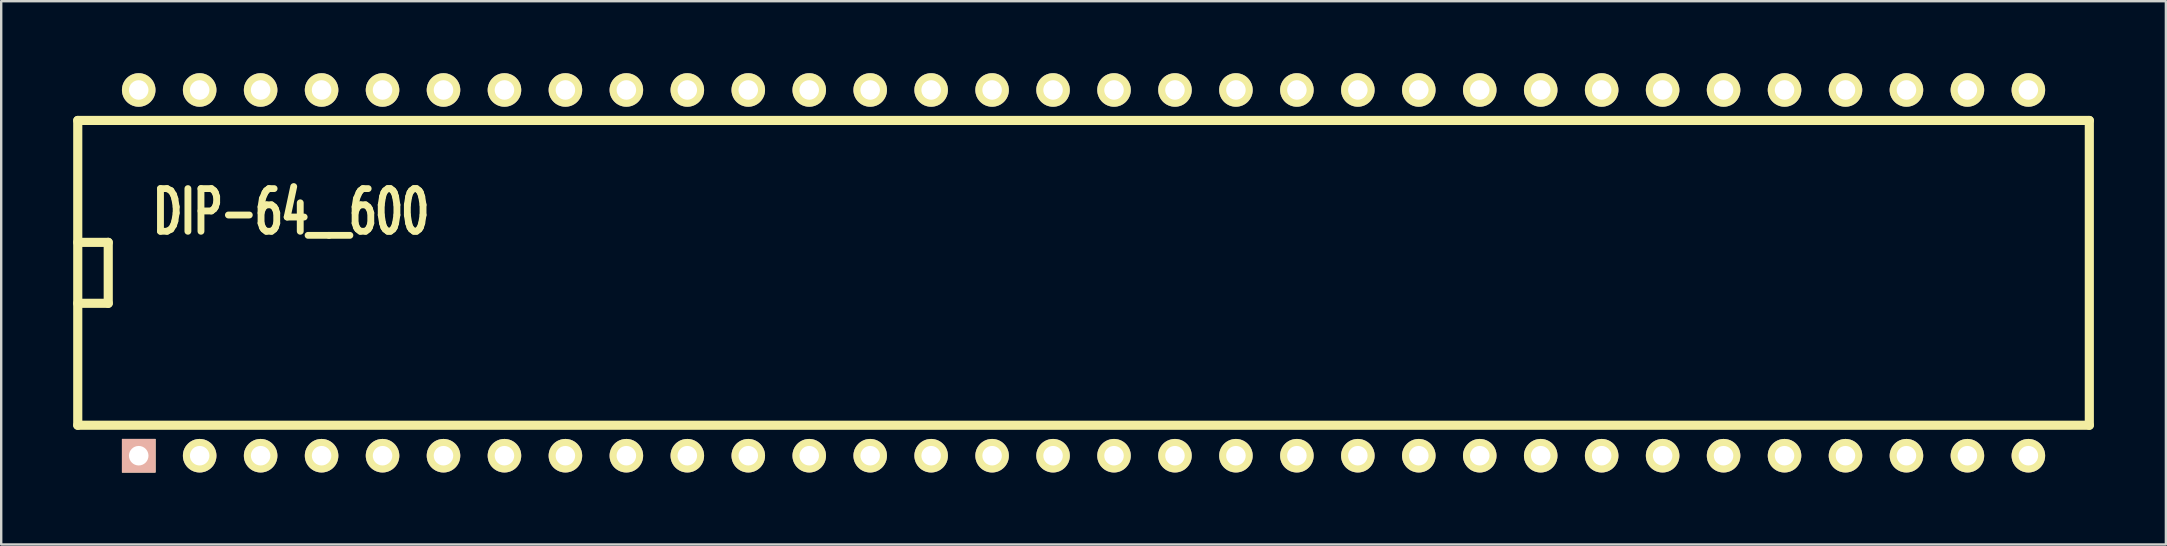
<source format=kicad_pcb>
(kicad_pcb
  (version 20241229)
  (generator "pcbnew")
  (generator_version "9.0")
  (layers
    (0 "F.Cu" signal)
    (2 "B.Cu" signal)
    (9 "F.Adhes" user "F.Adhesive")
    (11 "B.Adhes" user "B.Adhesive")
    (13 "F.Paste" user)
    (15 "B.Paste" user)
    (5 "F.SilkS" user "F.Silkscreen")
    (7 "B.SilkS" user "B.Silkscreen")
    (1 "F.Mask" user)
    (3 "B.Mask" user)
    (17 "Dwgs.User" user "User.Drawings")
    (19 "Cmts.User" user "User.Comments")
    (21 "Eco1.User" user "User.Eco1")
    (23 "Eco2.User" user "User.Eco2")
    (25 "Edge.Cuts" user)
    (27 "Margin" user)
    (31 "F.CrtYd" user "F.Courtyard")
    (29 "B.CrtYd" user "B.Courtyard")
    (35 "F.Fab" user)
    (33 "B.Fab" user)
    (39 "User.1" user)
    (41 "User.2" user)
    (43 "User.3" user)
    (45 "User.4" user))
  (footprint "DIP-64__600"
    (layer "F.Cu")
    (at 42.1 8.319)
    (property "Reference" "DIP-64__600" (at -33.02 -2.54 0) (layer "F.SilkS") (effects (font (size 1.778 1.143) (thickness 0.305))))
    (attr through_hole)
    (fp_line (start -41.91 -6.35) (end 41.91 -6.35) (stroke (width 0.381) (type solid)) (layer "F.SilkS"))
    (fp_line (start -41.91 -1.27) (end -40.64 -1.27) (stroke (width 0.381) (type solid)) (layer "F.SilkS"))
    (fp_line (start -41.91 6.35) (end -41.91 -6.35) (stroke (width 0.381) (type solid)) (layer "F.SilkS"))
    (fp_line (start -40.64 -1.27) (end -40.64 1.27) (stroke (width 0.381) (type solid)) (layer "F.SilkS"))
    (fp_line (start -40.64 1.27) (end -41.91 1.27) (stroke (width 0.381) (type solid)) (layer "F.SilkS"))
    (fp_line (start 41.91 -6.35) (end 41.91 6.35) (stroke (width 0.381) (type solid)) (layer "F.SilkS"))
    (fp_line (start 41.91 6.35) (end -41.91 6.35) (stroke (width 0.381) (type solid)) (layer "F.SilkS"))
    (pad "1" thru_hole rect (at -39.37 7.62) (size 1.397 1.397) (drill 0.813) (layers "*.Cu" "*.SilkS" "*.Mask"))
    (pad "2" thru_hole circle (at -36.83 7.62) (size 1.397 1.397) (drill 0.813) (layers "*.Cu" "*.Mask" "F.SilkS"))
    (pad "3" thru_hole circle (at -34.29 7.62) (size 1.397 1.397) (drill 0.813) (layers "*.Cu" "*.Mask" "F.SilkS"))
    (pad "4" thru_hole circle (at -31.75 7.62) (size 1.397 1.397) (drill 0.813) (layers "*.Cu" "*.Mask" "F.SilkS"))
    (pad "5" thru_hole circle (at -29.21 7.62) (size 1.397 1.397) (drill 0.813) (layers "*.Cu" "*.Mask" "F.SilkS"))
    (pad "6" thru_hole circle (at -26.67 7.62) (size 1.397 1.397) (drill 0.813) (layers "*.Cu" "*.Mask" "F.SilkS"))
    (pad "7" thru_hole circle (at -24.13 7.62) (size 1.397 1.397) (drill 0.813) (layers "*.Cu" "*.Mask" "F.SilkS"))
    (pad "8" thru_hole circle (at -21.59 7.62) (size 1.397 1.397) (drill 0.813) (layers "*.Cu" "*.Mask" "F.SilkS"))
    (pad "9" thru_hole circle (at -19.05 7.62) (size 1.397 1.397) (drill 0.813) (layers "*.Cu" "*.Mask" "F.SilkS"))
    (pad "10" thru_hole circle (at -16.51 7.62) (size 1.397 1.397) (drill 0.813) (layers "*.Cu" "*.Mask" "F.SilkS"))
    (pad "11" thru_hole circle (at -13.97 7.62) (size 1.397 1.397) (drill 0.813) (layers "*.Cu" "*.Mask" "F.SilkS"))
    (pad "12" thru_hole circle (at -11.43 7.62) (size 1.397 1.397) (drill 0.813) (layers "*.Cu" "*.Mask" "F.SilkS"))
    (pad "13" thru_hole circle (at -8.89 7.62) (size 1.397 1.397) (drill 0.813) (layers "*.Cu" "*.Mask" "F.SilkS"))
    (pad "14" thru_hole circle (at -6.35 7.62) (size 1.397 1.397) (drill 0.813) (layers "*.Cu" "*.Mask" "F.SilkS"))
    (pad "15" thru_hole circle (at -3.81 7.62) (size 1.397 1.397) (drill 0.813) (layers "*.Cu" "*.Mask" "F.SilkS"))
    (pad "16" thru_hole circle (at -1.27 7.62) (size 1.397 1.397) (drill 0.813) (layers "*.Cu" "*.Mask" "F.SilkS"))
    (pad "17" thru_hole circle (at 1.27 7.62) (size 1.397 1.397) (drill 0.813) (layers "*.Cu" "*.Mask" "F.SilkS"))
    (pad "18" thru_hole circle (at 3.81 7.62) (size 1.397 1.397) (drill 0.813) (layers "*.Cu" "*.Mask" "F.SilkS"))
    (pad "19" thru_hole circle (at 6.35 7.62) (size 1.397 1.397) (drill 0.813) (layers "*.Cu" "*.Mask" "F.SilkS"))
    (pad "20" thru_hole circle (at 8.89 7.62) (size 1.397 1.397) (drill 0.813) (layers "*.Cu" "*.Mask" "F.SilkS"))
    (pad "21" thru_hole circle (at 11.43 7.62) (size 1.397 1.397) (drill 0.813) (layers "*.Cu" "*.Mask" "F.SilkS"))
    (pad "22" thru_hole circle (at 13.97 7.62) (size 1.397 1.397) (drill 0.813) (layers "*.Cu" "*.Mask" "F.SilkS"))
    (pad "23" thru_hole circle (at 16.51 7.62) (size 1.397 1.397) (drill 0.813) (layers "*.Cu" "*.Mask" "F.SilkS"))
    (pad "24" thru_hole circle (at 19.05 7.62) (size 1.397 1.397) (drill 0.813) (layers "*.Cu" "*.Mask" "F.SilkS"))
    (pad "25" thru_hole circle (at 21.59 7.62) (size 1.397 1.397) (drill 0.813) (layers "*.Cu" "*.Mask" "F.SilkS"))
    (pad "26" thru_hole circle (at 24.13 7.62) (size 1.397 1.397) (drill 0.813) (layers "*.Cu" "*.Mask" "F.SilkS"))
    (pad "27" thru_hole circle (at 26.67 7.62) (size 1.397 1.397) (drill 0.813) (layers "*.Cu" "*.Mask" "F.SilkS"))
    (pad "28" thru_hole circle (at 29.21 7.62) (size 1.397 1.397) (drill 0.813) (layers "*.Cu" "*.Mask" "F.SilkS"))
    (pad "29" thru_hole circle (at 31.75 7.62) (size 1.397 1.397) (drill 0.813) (layers "*.Cu" "*.Mask" "F.SilkS"))
    (pad "30" thru_hole circle (at 34.29 7.62) (size 1.397 1.397) (drill 0.813) (layers "*.Cu" "*.Mask" "F.SilkS"))
    (pad "31" thru_hole circle (at 36.83 7.62) (size 1.397 1.397) (drill 0.813) (layers "*.Cu" "*.Mask" "F.SilkS"))
    (pad "32" thru_hole circle (at 39.37 7.62) (size 1.397 1.397) (drill 0.813) (layers "*.Cu" "*.Mask" "F.SilkS"))
    (pad "33" thru_hole circle (at 39.37 -7.62) (size 1.397 1.397) (drill 0.813) (layers "*.Cu" "*.Mask" "F.SilkS"))
    (pad "34" thru_hole circle (at 36.83 -7.62) (size 1.397 1.397) (drill 0.813) (layers "*.Cu" "*.Mask" "F.SilkS"))
    (pad "35" thru_hole circle (at 34.29 -7.62) (size 1.397 1.397) (drill 0.813) (layers "*.Cu" "*.Mask" "F.SilkS"))
    (pad "36" thru_hole circle (at 31.75 -7.62) (size 1.397 1.397) (drill 0.813) (layers "*.Cu" "*.Mask" "F.SilkS"))
    (pad "37" thru_hole circle (at 29.21 -7.62) (size 1.397 1.397) (drill 0.813) (layers "*.Cu" "*.Mask" "F.SilkS"))
    (pad "38" thru_hole circle (at 26.67 -7.62) (size 1.397 1.397) (drill 0.813) (layers "*.Cu" "*.Mask" "F.SilkS"))
    (pad "39" thru_hole circle (at 24.13 -7.62) (size 1.397 1.397) (drill 0.813) (layers "*.Cu" "*.Mask" "F.SilkS"))
    (pad "40" thru_hole circle (at 21.59 -7.62) (size 1.397 1.397) (drill 0.813) (layers "*.Cu" "*.Mask" "F.SilkS"))
    (pad "41" thru_hole circle (at 19.05 -7.62) (size 1.397 1.397) (drill 0.813) (layers "*.Cu" "*.Mask" "F.SilkS"))
    (pad "42" thru_hole circle (at 16.51 -7.62) (size 1.397 1.397) (drill 0.813) (layers "*.Cu" "*.Mask" "F.SilkS"))
    (pad "43" thru_hole circle (at 13.97 -7.62) (size 1.397 1.397) (drill 0.813) (layers "*.Cu" "*.Mask" "F.SilkS"))
    (pad "44" thru_hole circle (at 11.43 -7.62) (size 1.397 1.397) (drill 0.813) (layers "*.Cu" "*.Mask" "F.SilkS"))
    (pad "45" thru_hole circle (at 8.89 -7.62) (size 1.397 1.397) (drill 0.813) (layers "*.Cu" "*.Mask" "F.SilkS"))
    (pad "46" thru_hole circle (at 6.35 -7.62) (size 1.397 1.397) (drill 0.813) (layers "*.Cu" "*.Mask" "F.SilkS"))
    (pad "47" thru_hole circle (at 3.81 -7.62) (size 1.397 1.397) (drill 0.813) (layers "*.Cu" "*.Mask" "F.SilkS"))
    (pad "48" thru_hole circle (at 1.27 -7.62) (size 1.397 1.397) (drill 0.813) (layers "*.Cu" "*.Mask" "F.SilkS"))
    (pad "49" thru_hole circle (at -1.27 -7.62) (size 1.397 1.397) (drill 0.813) (layers "*.Cu" "*.Mask" "F.SilkS"))
    (pad "50" thru_hole circle (at -3.81 -7.62) (size 1.397 1.397) (drill 0.813) (layers "*.Cu" "*.Mask" "F.SilkS"))
    (pad "51" thru_hole circle (at -6.35 -7.62) (size 1.397 1.397) (drill 0.813) (layers "*.Cu" "*.Mask" "F.SilkS"))
    (pad "52" thru_hole circle (at -8.89 -7.62) (size 1.397 1.397) (drill 0.813) (layers "*.Cu" "*.Mask" "F.SilkS"))
    (pad "53" thru_hole circle (at -11.43 -7.62) (size 1.397 1.397) (drill 0.813) (layers "*.Cu" "*.Mask" "F.SilkS"))
    (pad "54" thru_hole circle (at -13.97 -7.62) (size 1.397 1.397) (drill 0.813) (layers "*.Cu" "*.Mask" "F.SilkS"))
    (pad "55" thru_hole circle (at -16.51 -7.62) (size 1.397 1.397) (drill 0.813) (layers "*.Cu" "*.Mask" "F.SilkS"))
    (pad "56" thru_hole circle (at -19.05 -7.62) (size 1.397 1.397) (drill 0.813) (layers "*.Cu" "*.Mask" "F.SilkS"))
    (pad "57" thru_hole circle (at -21.59 -7.62) (size 1.397 1.397) (drill 0.813) (layers "*.Cu" "*.Mask" "F.SilkS"))
    (pad "58" thru_hole circle (at -24.13 -7.62) (size 1.397 1.397) (drill 0.813) (layers "*.Cu" "*.Mask" "F.SilkS"))
    (pad "59" thru_hole circle (at -26.67 -7.62) (size 1.397 1.397) (drill 0.813) (layers "*.Cu" "*.Mask" "F.SilkS"))
    (pad "60" thru_hole circle (at -29.21 -7.62) (size 1.397 1.397) (drill 0.813) (layers "*.Cu" "*.Mask" "F.SilkS"))
    (pad "61" thru_hole circle (at -31.75 -7.62) (size 1.397 1.397) (drill 0.813) (layers "*.Cu" "*.Mask" "F.SilkS"))
    (pad "62" thru_hole circle (at -34.29 -7.62) (size 1.397 1.397) (drill 0.813) (layers "*.Cu" "*.Mask" "F.SilkS"))
    (pad "63" thru_hole circle (at -36.83 -7.62) (size 1.397 1.397) (drill 0.813) (layers "*.Cu" "*.Mask" "F.SilkS"))
    (pad "64" thru_hole circle (at -39.37 -7.62) (size 1.397 1.397) (drill 0.813) (layers "*.Cu" "*.Mask" "F.SilkS")))
  (gr_rect
    (start -3 -3)
    (end 87.201 19.637)
    (stroke (width 0.1) (type default))
    (fill no)
    (layer "Edge.Cuts")))
</source>
